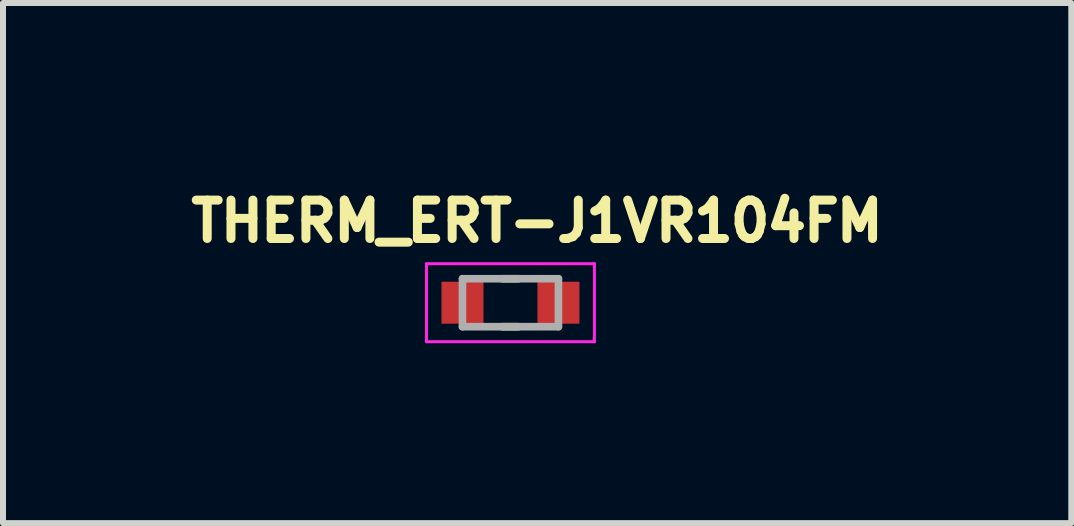
<source format=kicad_pcb>
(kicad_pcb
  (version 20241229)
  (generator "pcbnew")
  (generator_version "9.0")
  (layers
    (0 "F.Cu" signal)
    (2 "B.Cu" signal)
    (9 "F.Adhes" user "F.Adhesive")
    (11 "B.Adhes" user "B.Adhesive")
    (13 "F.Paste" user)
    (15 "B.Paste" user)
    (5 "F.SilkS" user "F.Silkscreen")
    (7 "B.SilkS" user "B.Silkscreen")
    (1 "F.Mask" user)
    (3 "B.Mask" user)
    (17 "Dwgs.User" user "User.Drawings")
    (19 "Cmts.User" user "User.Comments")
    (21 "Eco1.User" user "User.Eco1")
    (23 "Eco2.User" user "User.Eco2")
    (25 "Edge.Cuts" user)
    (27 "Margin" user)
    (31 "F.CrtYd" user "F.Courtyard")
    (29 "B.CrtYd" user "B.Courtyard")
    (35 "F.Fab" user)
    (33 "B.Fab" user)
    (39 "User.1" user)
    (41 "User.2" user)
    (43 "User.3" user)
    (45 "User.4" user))
  (footprint "THERM_ERT-J1VR104FM"
    (layer "F.Cu")
    (at 5.461 1.997)
    (property "Reference" "THERM_ERT-J1VR104FM" (at 0.445 -1.359 0) (layer "F.SilkS") (effects (font (size 0.64 0.64) (thickness 0.15))))
    (attr smd)
    (fp_poly (pts (xy -1.15 -0.35) (xy -0.45 -0.35) (xy -0.45 0.35) (xy -1.15 0.35)) (stroke (width 0.01) (type solid)) (fill yes) (layer "F.Mask"))
    (fp_poly (pts (xy 0.45 -0.35) (xy 1.15 -0.35) (xy 1.15 0.35) (xy 0.45 0.35)) (stroke (width 0.01) (type solid)) (fill yes) (layer "F.Mask"))
    (fp_line (start -0.135 -0.4) (end 0.135 -0.4) (stroke (width 0.127) (type solid)) (layer "F.SilkS"))
    (fp_line (start -0.135 0.4) (end 0.135 0.4) (stroke (width 0.127) (type solid)) (layer "F.SilkS"))
    (fp_line (start -1.4 -0.65) (end 1.4 -0.65) (stroke (width 0.05) (type solid)) (layer "F.CrtYd"))
    (fp_line (start -1.4 0.65) (end -1.4 -0.65) (stroke (width 0.05) (type solid)) (layer "F.CrtYd"))
    (fp_line (start 1.4 -0.65) (end 1.4 0.65) (stroke (width 0.05) (type solid)) (layer "F.CrtYd"))
    (fp_line (start 1.4 0.65) (end -1.4 0.65) (stroke (width 0.05) (type solid)) (layer "F.CrtYd"))
    (fp_line (start -0.8 -0.4) (end 0.8 -0.4) (stroke (width 0.127) (type solid)) (layer "F.Fab"))
    (fp_line (start -0.8 0.4) (end -0.8 -0.4) (stroke (width 0.127) (type solid)) (layer "F.Fab"))
    (fp_line (start 0.8 -0.4) (end 0.8 0.4) (stroke (width 0.127) (type solid)) (layer "F.Fab"))
    (fp_line (start 0.8 0.4) (end -0.8 0.4) (stroke (width 0.127) (type solid)) (layer "F.Fab"))
    (pad "1" smd rect (at -0.8 0) (size 0.7 0.7) (layers "F.Cu" "F.Paste"))
    (pad "2" smd rect (at 0.8 0) (size 0.7 0.7) (layers "F.Cu" "F.Paste")))
  (gr_rect
    (start -3 -3)
    (end 14.812 5.672)
    (stroke (width 0.1) (type default))
    (fill no)
    (layer "Edge.Cuts")))
</source>
